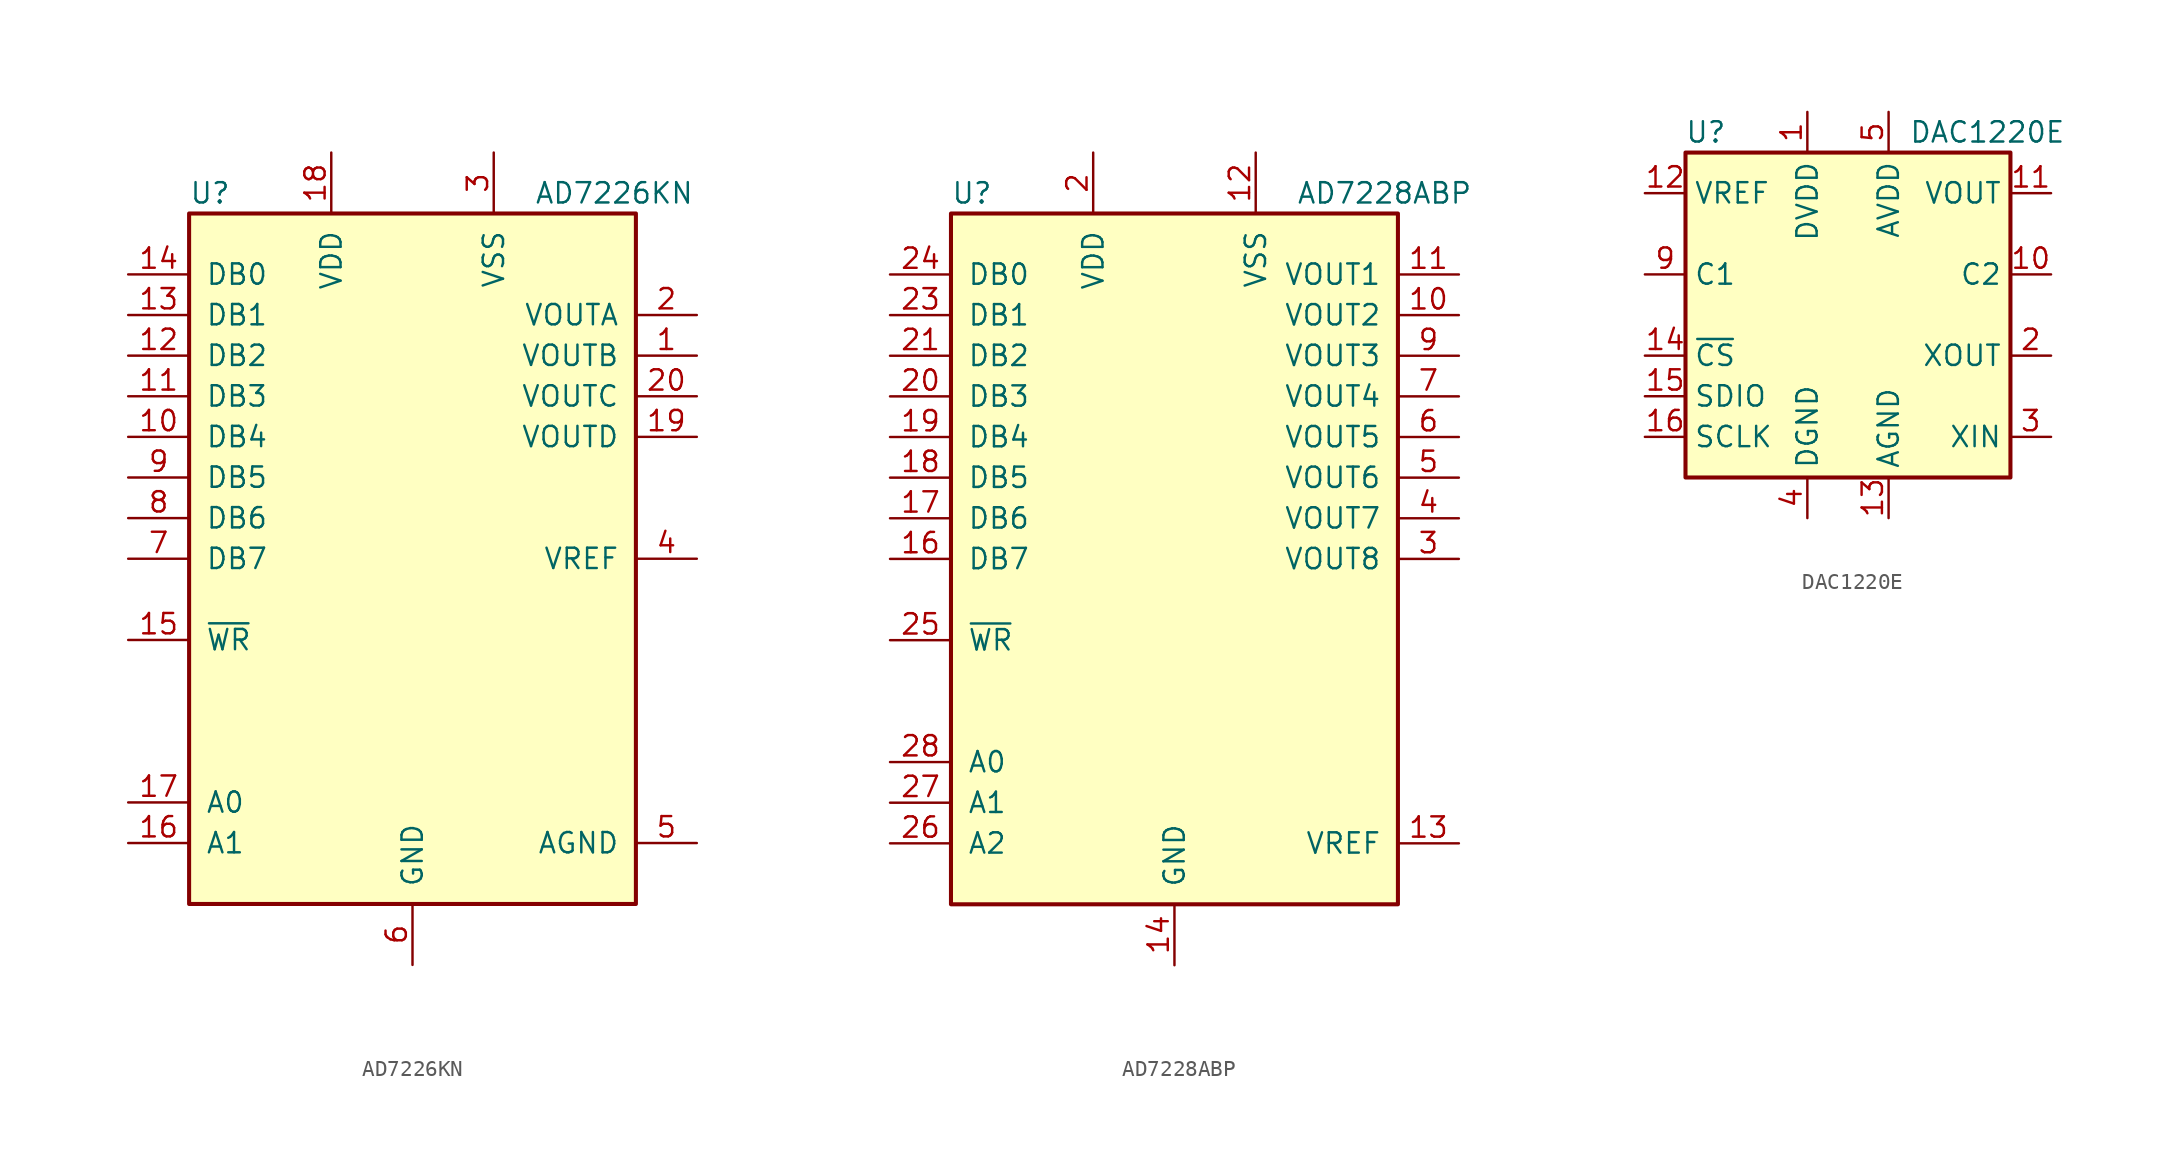
<source format=kicad_sym>
(kicad_symbol_lib
  (version 20211014)
  (generator kicad_symbol_editor)
  (symbol "AD7226KN"
    (pin_names
      (offset 1.016))
    (property "Reference" "U"
      (at -13.97 22.86 0)
      (effects (font (size 1.27 1.27)) (justify left)))
    (property "Value" "AD7226KN"
      (at 7.62 22.86 0)
      (effects (font (size 1.27 1.27)) (justify left)))
    (symbol "AD7226KN_0_1"
      (rectangle (start -13.97 -21.59) (end 13.97 21.59) (stroke (width 0.254) (type default) (color 0 0 0 0)) (fill (type background))))
    (symbol "AD7226KN_1_1"
      (pin output line (at 17.78 12.7 180) (length 3.81) (name "VOUTB" (effects (font (size 1.27 1.27)))) (number "1" (effects (font (size 1.27 1.27)))))
      (pin input line (at -17.78 7.62 0) (length 3.81) (name "DB4" (effects (font (size 1.27 1.27)))) (number "10" (effects (font (size 1.27 1.27)))))
      (pin input line (at -17.78 10.16 0) (length 3.81) (name "DB3" (effects (font (size 1.27 1.27)))) (number "11" (effects (font (size 1.27 1.27)))))
      (pin input line (at -17.78 12.7 0) (length 3.81) (name "DB2" (effects (font (size 1.27 1.27)))) (number "12" (effects (font (size 1.27 1.27)))))
      (pin input line (at -17.78 15.24 0) (length 3.81) (name "DB1" (effects (font (size 1.27 1.27)))) (number "13" (effects (font (size 1.27 1.27)))))
      (pin input line (at -17.78 17.78 0) (length 3.81) (name "DB0" (effects (font (size 1.27 1.27)))) (number "14" (effects (font (size 1.27 1.27)))))
      (pin input line (at -17.78 -5.08 0) (length 3.81) (name "~{WR}" (effects (font (size 1.27 1.27)))) (number "15" (effects (font (size 1.27 1.27)))))
      (pin input line (at -17.78 -17.78 0) (length 3.81) (name "A1" (effects (font (size 1.27 1.27)))) (number "16" (effects (font (size 1.27 1.27)))))
      (pin input line (at -17.78 -15.24 0) (length 3.81) (name "A0" (effects (font (size 1.27 1.27)))) (number "17" (effects (font (size 1.27 1.27)))))
      (pin power_in line (at -5.08 25.4 270) (length 3.81) (name "VDD" (effects (font (size 1.27 1.27)))) (number "18" (effects (font (size 1.27 1.27)))))
      (pin output line (at 17.78 7.62 180) (length 3.81) (name "VOUTD" (effects (font (size 1.27 1.27)))) (number "19" (effects (font (size 1.27 1.27)))))
      (pin output line (at 17.78 15.24 180) (length 3.81) (name "VOUTA" (effects (font (size 1.27 1.27)))) (number "2" (effects (font (size 1.27 1.27)))))
      (pin output line (at 17.78 10.16 180) (length 3.81) (name "VOUTC" (effects (font (size 1.27 1.27)))) (number "20" (effects (font (size 1.27 1.27)))))
      (pin power_in line (at 5.08 25.4 270) (length 3.81) (name "VSS" (effects (font (size 1.27 1.27)))) (number "3" (effects (font (size 1.27 1.27)))))
      (pin input line (at 17.78 0 180) (length 3.81) (name "VREF" (effects (font (size 1.27 1.27)))) (number "4" (effects (font (size 1.27 1.27)))))
      (pin input line (at 17.78 -17.78 180) (length 3.81) (name "AGND" (effects (font (size 1.27 1.27)))) (number "5" (effects (font (size 1.27 1.27)))))
      (pin power_in line (at 0 -25.4 90) (length 3.81) (name "GND" (effects (font (size 1.27 1.27)))) (number "6" (effects (font (size 1.27 1.27)))))
      (pin input line (at -17.78 0 0) (length 3.81) (name "DB7" (effects (font (size 1.27 1.27)))) (number "7" (effects (font (size 1.27 1.27)))))
      (pin input line (at -17.78 2.54 0) (length 3.81) (name "DB6" (effects (font (size 1.27 1.27)))) (number "8" (effects (font (size 1.27 1.27)))))
      (pin input line (at -17.78 5.08 0) (length 3.81) (name "DB5" (effects (font (size 1.27 1.27)))) (number "9" (effects (font (size 1.27 1.27)))))))
  (symbol "AD7228ABP"
    (pin_names
      (offset 1.016))
    (property "Reference" "U"
      (at -13.97 22.86 0)
      (effects (font (size 1.27 1.27)) (justify left)))
    (property "Value" "AD7228ABP"
      (at 7.62 22.86 0)
      (effects (font (size 1.27 1.27)) (justify left)))
    (symbol "AD7228ABP_0_1"
      (rectangle (start -13.97 -21.59) (end 13.97 21.59) (stroke (width 0.254) (type default) (color 0 0 0 0)) (fill (type background))))
    (symbol "AD7228ABP_1_1"
      (pin output line (at 17.78 15.24 180) (length 3.81) (name "VOUT2" (effects (font (size 1.27 1.27)))) (number "10" (effects (font (size 1.27 1.27)))))
      (pin output line (at 17.78 17.78 180) (length 3.81) (name "VOUT1" (effects (font (size 1.27 1.27)))) (number "11" (effects (font (size 1.27 1.27)))))
      (pin power_in line (at 5.08 25.4 270) (length 3.81) (name "VSS" (effects (font (size 1.27 1.27)))) (number "12" (effects (font (size 1.27 1.27)))))
      (pin passive line (at 17.78 -17.78 180) (length 3.81) (name "VREF" (effects (font (size 1.27 1.27)))) (number "13" (effects (font (size 1.27 1.27)))))
      (pin power_in line (at 0 -25.4 90) (length 3.81) (name "GND" (effects (font (size 1.27 1.27)))) (number "14" (effects (font (size 1.27 1.27)))))
      (pin input line (at -17.78 0 0) (length 3.81) (name "DB7" (effects (font (size 1.27 1.27)))) (number "16" (effects (font (size 1.27 1.27)))))
      (pin input line (at -17.78 2.54 0) (length 3.81) (name "DB6" (effects (font (size 1.27 1.27)))) (number "17" (effects (font (size 1.27 1.27)))))
      (pin input line (at -17.78 5.08 0) (length 3.81) (name "DB5" (effects (font (size 1.27 1.27)))) (number "18" (effects (font (size 1.27 1.27)))))
      (pin input line (at -17.78 7.62 0) (length 3.81) (name "DB4" (effects (font (size 1.27 1.27)))) (number "19" (effects (font (size 1.27 1.27)))))
      (pin power_in line (at -5.08 25.4 270) (length 3.81) (name "VDD" (effects (font (size 1.27 1.27)))) (number "2" (effects (font (size 1.27 1.27)))))
      (pin input line (at -17.78 10.16 0) (length 3.81) (name "DB3" (effects (font (size 1.27 1.27)))) (number "20" (effects (font (size 1.27 1.27)))))
      (pin input line (at -17.78 12.7 0) (length 3.81) (name "DB2" (effects (font (size 1.27 1.27)))) (number "21" (effects (font (size 1.27 1.27)))))
      (pin input line (at -17.78 15.24 0) (length 3.81) (name "DB1" (effects (font (size 1.27 1.27)))) (number "23" (effects (font (size 1.27 1.27)))))
      (pin input line (at -17.78 17.78 0) (length 3.81) (name "DB0" (effects (font (size 1.27 1.27)))) (number "24" (effects (font (size 1.27 1.27)))))
      (pin input line (at -17.78 -5.08 0) (length 3.81) (name "~{WR}" (effects (font (size 1.27 1.27)))) (number "25" (effects (font (size 1.27 1.27)))))
      (pin input line (at -17.78 -17.78 0) (length 3.81) (name "A2" (effects (font (size 1.27 1.27)))) (number "26" (effects (font (size 1.27 1.27)))))
      (pin input line (at -17.78 -15.24 0) (length 3.81) (name "A1" (effects (font (size 1.27 1.27)))) (number "27" (effects (font (size 1.27 1.27)))))
      (pin input line (at -17.78 -12.7 0) (length 3.81) (name "A0" (effects (font (size 1.27 1.27)))) (number "28" (effects (font (size 1.27 1.27)))))
      (pin output line (at 17.78 0 180) (length 3.81) (name "VOUT8" (effects (font (size 1.27 1.27)))) (number "3" (effects (font (size 1.27 1.27)))))
      (pin output line (at 17.78 2.54 180) (length 3.81) (name "VOUT7" (effects (font (size 1.27 1.27)))) (number "4" (effects (font (size 1.27 1.27)))))
      (pin output line (at 17.78 5.08 180) (length 3.81) (name "VOUT6" (effects (font (size 1.27 1.27)))) (number "5" (effects (font (size 1.27 1.27)))))
      (pin output line (at 17.78 7.62 180) (length 3.81) (name "VOUT5" (effects (font (size 1.27 1.27)))) (number "6" (effects (font (size 1.27 1.27)))))
      (pin output line (at 17.78 10.16 180) (length 3.81) (name "VOUT4" (effects (font (size 1.27 1.27)))) (number "7" (effects (font (size 1.27 1.27)))))
      (pin output line (at 17.78 12.7 180) (length 3.81) (name "VOUT3" (effects (font (size 1.27 1.27)))) (number "9" (effects (font (size 1.27 1.27)))))))
  (symbol "DAC1220E"
    (property "Reference" "U"
      (at -8.89 11.43 0)
      (effects (font (size 1.27 1.27))))
    (property "Value" "DAC1220E"
      (at 3.81 11.43 0)
      (effects (font (size 1.27 1.27)) (justify left)))
    (symbol "DAC1220E_0_1"
      (rectangle (start -10.16 10.16) (end 10.16 -10.16) (stroke (width 0.254) (type default) (color 0 0 0 0)) (fill (type background))))
    (symbol "DAC1220E_1_1"
      (pin power_in line (at -2.54 12.7 270) (length 2.54) (name "DVDD" (effects (font (size 1.27 1.27)))) (number "1" (effects (font (size 1.27 1.27)))))
      (pin passive line (at 12.7 2.54 180) (length 2.54) (name "C2" (effects (font (size 1.27 1.27)))) (number "10" (effects (font (size 1.27 1.27)))))
      (pin output line (at 12.7 7.62 180) (length 2.54) (name "VOUT" (effects (font (size 1.27 1.27)))) (number "11" (effects (font (size 1.27 1.27)))))
      (pin input line (at -12.7 7.62 0) (length 2.54) (name "VREF" (effects (font (size 1.27 1.27)))) (number "12" (effects (font (size 1.27 1.27)))))
      (pin power_in line (at 2.54 -12.7 90) (length 2.54) (name "AGND" (effects (font (size 1.27 1.27)))) (number "13" (effects (font (size 1.27 1.27)))))
      (pin input line (at -12.7 -2.54 0) (length 2.54) (name "~{CS}" (effects (font (size 1.27 1.27)))) (number "14" (effects (font (size 1.27 1.27)))))
      (pin bidirectional line (at -12.7 -5.08 0) (length 2.54) (name "SDIO" (effects (font (size 1.27 1.27)))) (number "15" (effects (font (size 1.27 1.27)))))
      (pin input line (at -12.7 -7.62 0) (length 2.54) (name "SCLK" (effects (font (size 1.27 1.27)))) (number "16" (effects (font (size 1.27 1.27)))))
      (pin output line (at 12.7 -2.54 180) (length 2.54) (name "XOUT" (effects (font (size 1.27 1.27)))) (number "2" (effects (font (size 1.27 1.27)))))
      (pin input line (at 12.7 -7.62 180) (length 2.54) (name "XIN" (effects (font (size 1.27 1.27)))) (number "3" (effects (font (size 1.27 1.27)))))
      (pin power_in line (at -2.54 -12.7 90) (length 2.54) (name "DGND" (effects (font (size 1.27 1.27)))) (number "4" (effects (font (size 1.27 1.27)))))
      (pin power_in line (at 2.54 12.7 270) (length 2.54) (name "AVDD" (effects (font (size 1.27 1.27)))) (number "5" (effects (font (size 1.27 1.27)))))
      (pin no_connect line (at 10.16 5.08 180) (length 2.54) hide (name "DNC" (effects (font (size 1.27 1.27)))) (number "6" (effects (font (size 1.27 1.27)))))
      (pin no_connect line (at 10.16 0 180) (length 2.54) hide (name "DNC" (effects (font (size 1.27 1.27)))) (number "7" (effects (font (size 1.27 1.27)))))
      (pin no_connect line (at 10.16 -5.08 180) (length 2.54) hide (name "DNC" (effects (font (size 1.27 1.27)))) (number "8" (effects (font (size 1.27 1.27)))))
      (pin passive line (at -12.7 2.54 0) (length 2.54) (name "C1" (effects (font (size 1.27 1.27)))) (number "9" (effects (font (size 1.27 1.27))))))))
</source>
